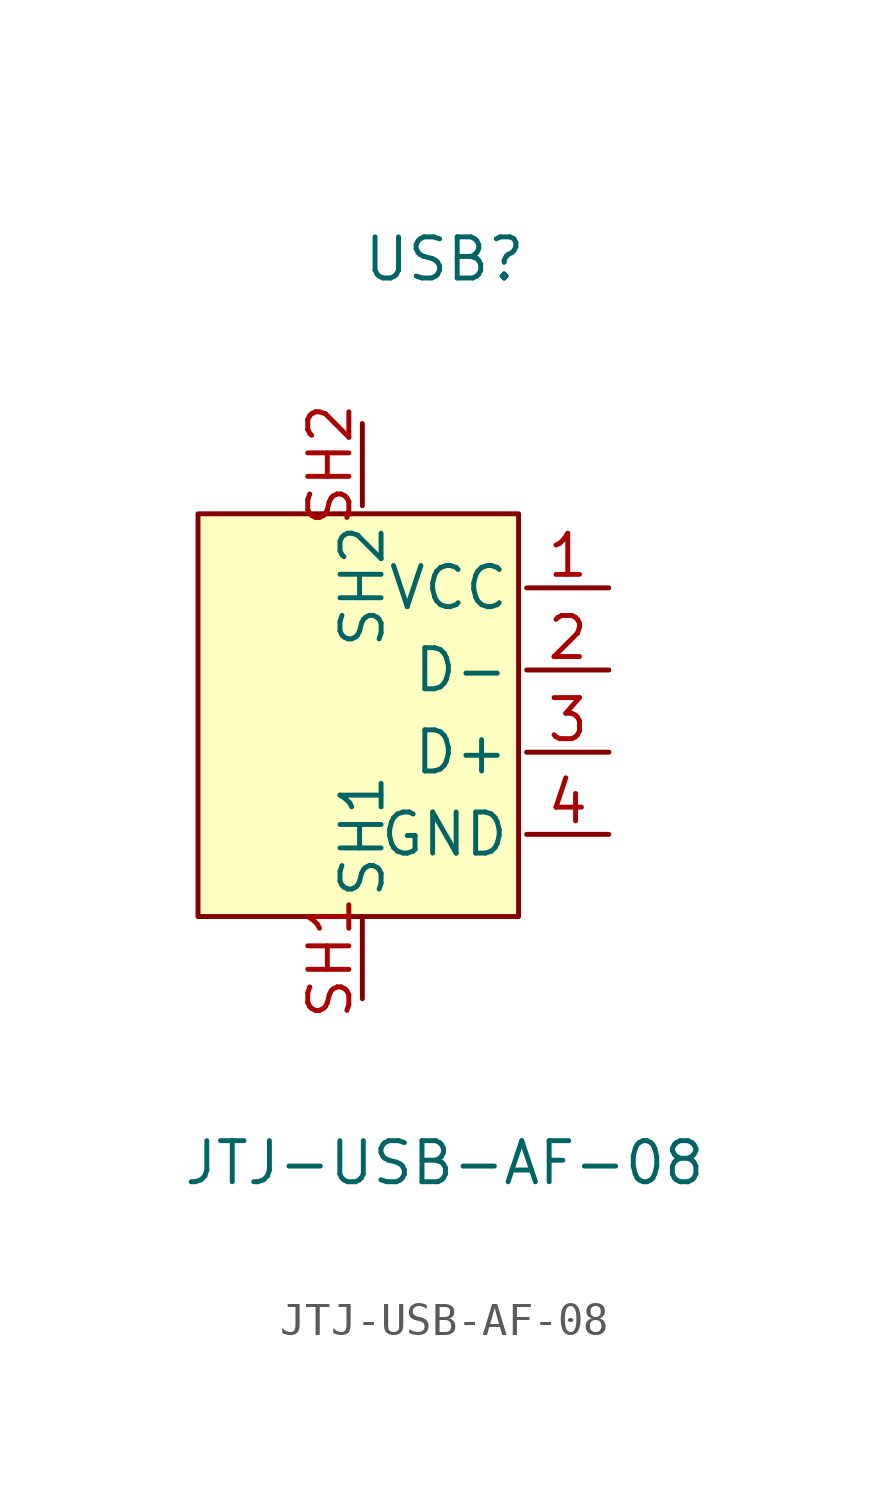
<source format=kicad_sym>
(kicad_symbol_lib
  (version 20211014)
  (generator https://github.com/uPesy/easyeda2kicad.py)
  (symbol "JTJ-USB-AF-08"
    (property "Reference" "USB"
      (at 0 15.24 0)
      (effects (font (size 1.27 1.27))))
    (property "Value" "JTJ-USB-AF-08"
      (at 0 -12.70 0)
      (effects (font (size 1.27 1.27))))
    (symbol "JTJ-USB-AF-08_0_1"
      (rectangle (start -7.62 7.37) (end 2.29 -5.08) (stroke (width 0) (type default) (color 0 0 0 0)) (fill (type background)))
      (pin input line (at 5.08 5.08 180) (length 2.54) (name "VCC" (effects (font (size 1.27 1.27)))) (number "1" (effects (font (size 1.27 1.27)))))
      (pin input line (at 5.08 2.54 180) (length 2.54) (name "D-" (effects (font (size 1.27 1.27)))) (number "2" (effects (font (size 1.27 1.27)))))
      (pin input line (at 5.08 -0.00 180) (length 2.54) (name "D+" (effects (font (size 1.27 1.27)))) (number "3" (effects (font (size 1.27 1.27)))))
      (pin input line (at 5.08 -2.54 180) (length 2.54) (name "GND" (effects (font (size 1.27 1.27)))) (number "4" (effects (font (size 1.27 1.27)))))
      (pin unspecified line (at -2.54 -7.62 90) (length 2.54) (name "SH1" (effects (font (size 1.27 1.27)))) (number "SH1" (effects (font (size 1.27 1.27)))))
      (pin unspecified line (at -2.54 10.16 270) (length 2.54) (name "SH2" (effects (font (size 1.27 1.27)))) (number "SH2" (effects (font (size 1.27 1.27))))))))
</source>
